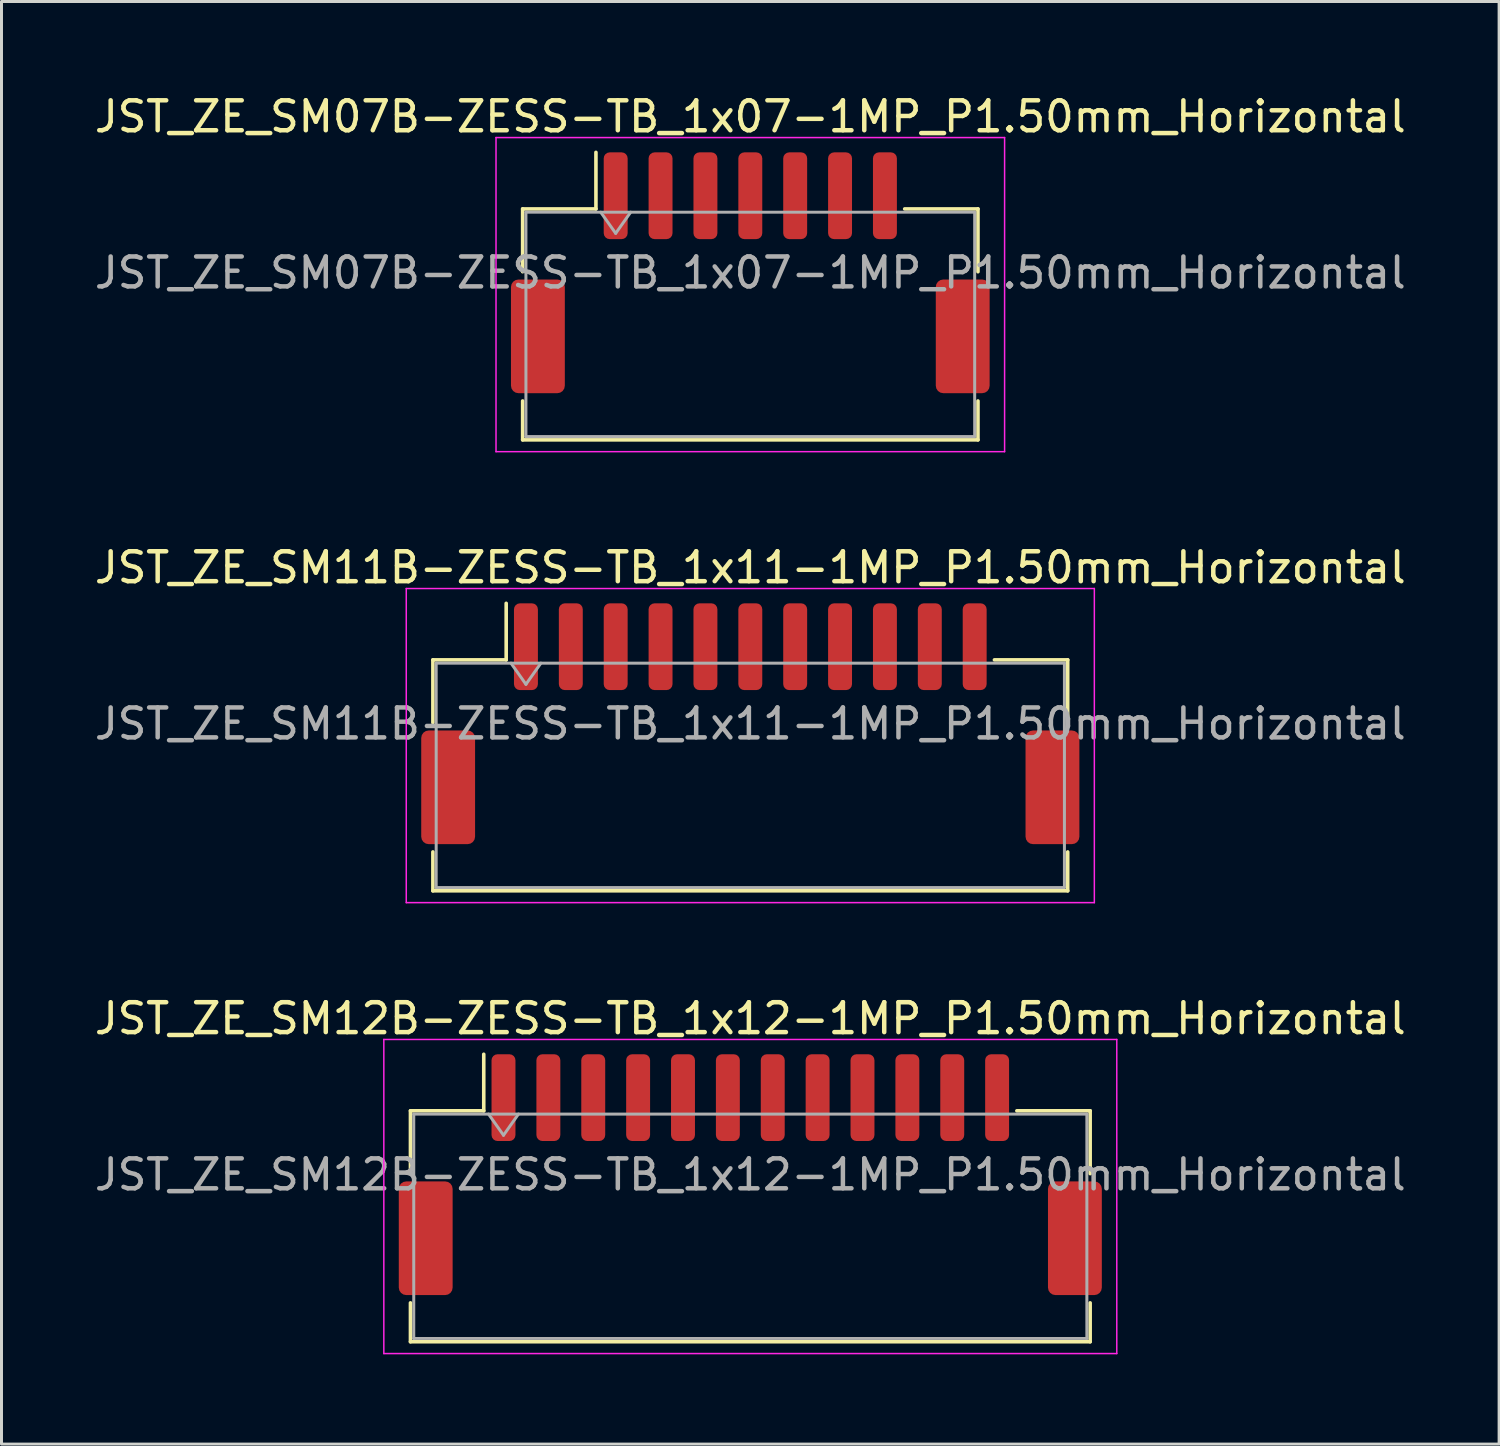
<source format=kicad_pcb>
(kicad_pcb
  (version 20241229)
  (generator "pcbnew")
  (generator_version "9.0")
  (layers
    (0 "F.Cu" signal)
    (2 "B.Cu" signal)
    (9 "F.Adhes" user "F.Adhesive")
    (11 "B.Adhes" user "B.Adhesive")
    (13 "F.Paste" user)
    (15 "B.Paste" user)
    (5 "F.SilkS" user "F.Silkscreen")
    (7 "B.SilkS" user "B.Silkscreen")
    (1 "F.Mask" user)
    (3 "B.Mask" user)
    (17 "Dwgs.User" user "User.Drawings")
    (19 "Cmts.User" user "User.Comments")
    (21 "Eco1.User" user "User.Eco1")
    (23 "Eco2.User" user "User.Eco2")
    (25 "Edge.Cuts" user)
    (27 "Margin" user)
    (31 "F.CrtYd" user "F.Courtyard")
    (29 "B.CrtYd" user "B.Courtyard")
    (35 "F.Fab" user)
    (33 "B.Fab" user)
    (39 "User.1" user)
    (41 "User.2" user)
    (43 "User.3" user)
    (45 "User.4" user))
  (footprint "JST_ZE_SM07B-ZESS-TB_1x07-1MP_P1.50mm_Horizontal"
    (layer "F.Cu")
    (at 22.03 6.068)
    (property "Reference" "JST_ZE_SM07B-ZESS-TB_1x07-1MP_P1.50mm_Horizontal" (at 0 -5.22 0) (layer "F.SilkS") (effects (font (size 1 1) (thickness 0.15))))
    (attr smd)
    (fp_line (start -7.61 -2.135) (end -5.16 -2.135) (stroke (width 0.12) (type solid)) (layer "F.SilkS"))
    (fp_line (start -7.61 -0.035) (end -7.61 -2.135) (stroke (width 0.12) (type solid)) (layer "F.SilkS"))
    (fp_line (start -7.61 4.285) (end -7.61 5.585) (stroke (width 0.12) (type solid)) (layer "F.SilkS"))
    (fp_line (start -7.61 5.585) (end 7.61 5.585) (stroke (width 0.12) (type solid)) (layer "F.SilkS"))
    (fp_line (start -5.16 -2.135) (end -5.16 -4.025) (stroke (width 0.12) (type solid)) (layer "F.SilkS"))
    (fp_line (start 7.61 -2.135) (end 5.16 -2.135) (stroke (width 0.12) (type solid)) (layer "F.SilkS"))
    (fp_line (start 7.61 -0.035) (end 7.61 -2.135) (stroke (width 0.12) (type solid)) (layer "F.SilkS"))
    (fp_line (start 7.61 5.585) (end 7.61 4.285) (stroke (width 0.12) (type solid)) (layer "F.SilkS"))
    (fp_line (start -8.5 -4.52) (end -8.5 5.98) (stroke (width 0.05) (type solid)) (layer "F.CrtYd"))
    (fp_line (start -8.5 5.98) (end 8.5 5.98) (stroke (width 0.05) (type solid)) (layer "F.CrtYd"))
    (fp_line (start 8.5 -4.52) (end -8.5 -4.52) (stroke (width 0.05) (type solid)) (layer "F.CrtYd"))
    (fp_line (start 8.5 5.98) (end 8.5 -4.52) (stroke (width 0.05) (type solid)) (layer "F.CrtYd"))
    (fp_line (start -7.5 -2.025) (end -7.5 5.475) (stroke (width 0.1) (type solid)) (layer "F.Fab"))
    (fp_line (start -7.5 -2.025) (end 7.5 -2.025) (stroke (width 0.1) (type solid)) (layer "F.Fab"))
    (fp_line (start -7.5 5.475) (end 7.5 5.475) (stroke (width 0.1) (type solid)) (layer "F.Fab"))
    (fp_line (start -5 -2.025) (end -4.5 -1.318) (stroke (width 0.1) (type solid)) (layer "F.Fab"))
    (fp_line (start -4.5 -1.318) (end -4 -2.025) (stroke (width 0.1) (type solid)) (layer "F.Fab"))
    (fp_line (start 7.5 -2.025) (end 7.5 5.475) (stroke (width 0.1) (type solid)) (layer "F.Fab"))
    (fp_text user "${REFERENCE}" (at 0 0 0) (layer "F.Fab") (effects (font (size 1 1) (thickness 0.15))))
    (pad "1" smd roundrect (at -4.5 -2.575) (size 0.8 2.9) (layers "F.Cu" "F.Mask" "F.Paste") (roundrect_rratio 0.25))
    (pad "2" smd roundrect (at -3 -2.575) (size 0.8 2.9) (layers "F.Cu" "F.Mask" "F.Paste") (roundrect_rratio 0.25))
    (pad "3" smd roundrect (at -1.5 -2.575) (size 0.8 2.9) (layers "F.Cu" "F.Mask" "F.Paste") (roundrect_rratio 0.25))
    (pad "4" smd roundrect (at 0 -2.575) (size 0.8 2.9) (layers "F.Cu" "F.Mask" "F.Paste") (roundrect_rratio 0.25))
    (pad "5" smd roundrect (at 1.5 -2.575) (size 0.8 2.9) (layers "F.Cu" "F.Mask" "F.Paste") (roundrect_rratio 0.25))
    (pad "6" smd roundrect (at 3 -2.575) (size 0.8 2.9) (layers "F.Cu" "F.Mask" "F.Paste") (roundrect_rratio 0.25))
    (pad "7" smd roundrect (at 4.5 -2.575) (size 0.8 2.9) (layers "F.Cu" "F.Mask" "F.Paste") (roundrect_rratio 0.25))
    (pad "MP" smd roundrect (at -7.1 2.125) (size 1.8 3.8) (layers "F.Cu" "F.Mask" "F.Paste") (roundrect_rratio 0.139))
    (pad "MP" smd roundrect (at 7.1 2.125) (size 1.8 3.8) (layers "F.Cu" "F.Mask" "F.Paste") (roundrect_rratio 0.139)))
  (footprint "JST_ZE_SM12B-ZESS-TB_1x12-1MP_P1.50mm_Horizontal"
    (layer "F.Cu")
    (at 22.03 36.215)
    (property "Reference" "JST_ZE_SM12B-ZESS-TB_1x12-1MP_P1.50mm_Horizontal" (at 0 -5.22 0) (layer "F.SilkS") (effects (font (size 1 1) (thickness 0.15))))
    (attr smd)
    (fp_line (start -11.36 -2.135) (end -8.91 -2.135) (stroke (width 0.12) (type solid)) (layer "F.SilkS"))
    (fp_line (start -11.36 -0.035) (end -11.36 -2.135) (stroke (width 0.12) (type solid)) (layer "F.SilkS"))
    (fp_line (start -11.36 4.285) (end -11.36 5.585) (stroke (width 0.12) (type solid)) (layer "F.SilkS"))
    (fp_line (start -11.36 5.585) (end 11.36 5.585) (stroke (width 0.12) (type solid)) (layer "F.SilkS"))
    (fp_line (start -8.91 -2.135) (end -8.91 -4.025) (stroke (width 0.12) (type solid)) (layer "F.SilkS"))
    (fp_line (start 11.36 -2.135) (end 8.91 -2.135) (stroke (width 0.12) (type solid)) (layer "F.SilkS"))
    (fp_line (start 11.36 -0.035) (end 11.36 -2.135) (stroke (width 0.12) (type solid)) (layer "F.SilkS"))
    (fp_line (start 11.36 5.585) (end 11.36 4.285) (stroke (width 0.12) (type solid)) (layer "F.SilkS"))
    (fp_line (start -12.25 -4.52) (end -12.25 5.98) (stroke (width 0.05) (type solid)) (layer "F.CrtYd"))
    (fp_line (start -12.25 5.98) (end 12.25 5.98) (stroke (width 0.05) (type solid)) (layer "F.CrtYd"))
    (fp_line (start 12.25 -4.52) (end -12.25 -4.52) (stroke (width 0.05) (type solid)) (layer "F.CrtYd"))
    (fp_line (start 12.25 5.98) (end 12.25 -4.52) (stroke (width 0.05) (type solid)) (layer "F.CrtYd"))
    (fp_line (start -11.25 -2.025) (end -11.25 5.475) (stroke (width 0.1) (type solid)) (layer "F.Fab"))
    (fp_line (start -11.25 -2.025) (end 11.25 -2.025) (stroke (width 0.1) (type solid)) (layer "F.Fab"))
    (fp_line (start -11.25 5.475) (end 11.25 5.475) (stroke (width 0.1) (type solid)) (layer "F.Fab"))
    (fp_line (start -8.75 -2.025) (end -8.25 -1.318) (stroke (width 0.1) (type solid)) (layer "F.Fab"))
    (fp_line (start -8.25 -1.318) (end -7.75 -2.025) (stroke (width 0.1) (type solid)) (layer "F.Fab"))
    (fp_line (start 11.25 -2.025) (end 11.25 5.475) (stroke (width 0.1) (type solid)) (layer "F.Fab"))
    (fp_text user "${REFERENCE}" (at 0 0 0) (layer "F.Fab") (effects (font (size 1 1) (thickness 0.15))))
    (pad "1" smd roundrect (at -8.25 -2.575) (size 0.8 2.9) (layers "F.Cu" "F.Mask" "F.Paste") (roundrect_rratio 0.25))
    (pad "2" smd roundrect (at -6.75 -2.575) (size 0.8 2.9) (layers "F.Cu" "F.Mask" "F.Paste") (roundrect_rratio 0.25))
    (pad "3" smd roundrect (at -5.25 -2.575) (size 0.8 2.9) (layers "F.Cu" "F.Mask" "F.Paste") (roundrect_rratio 0.25))
    (pad "4" smd roundrect (at -3.75 -2.575) (size 0.8 2.9) (layers "F.Cu" "F.Mask" "F.Paste") (roundrect_rratio 0.25))
    (pad "5" smd roundrect (at -2.25 -2.575) (size 0.8 2.9) (layers "F.Cu" "F.Mask" "F.Paste") (roundrect_rratio 0.25))
    (pad "6" smd roundrect (at -0.75 -2.575) (size 0.8 2.9) (layers "F.Cu" "F.Mask" "F.Paste") (roundrect_rratio 0.25))
    (pad "7" smd roundrect (at 0.75 -2.575) (size 0.8 2.9) (layers "F.Cu" "F.Mask" "F.Paste") (roundrect_rratio 0.25))
    (pad "8" smd roundrect (at 2.25 -2.575) (size 0.8 2.9) (layers "F.Cu" "F.Mask" "F.Paste") (roundrect_rratio 0.25))
    (pad "9" smd roundrect (at 3.75 -2.575) (size 0.8 2.9) (layers "F.Cu" "F.Mask" "F.Paste") (roundrect_rratio 0.25))
    (pad "10" smd roundrect (at 5.25 -2.575) (size 0.8 2.9) (layers "F.Cu" "F.Mask" "F.Paste") (roundrect_rratio 0.25))
    (pad "11" smd roundrect (at 6.75 -2.575) (size 0.8 2.9) (layers "F.Cu" "F.Mask" "F.Paste") (roundrect_rratio 0.25))
    (pad "12" smd roundrect (at 8.25 -2.575) (size 0.8 2.9) (layers "F.Cu" "F.Mask" "F.Paste") (roundrect_rratio 0.25))
    (pad "MP" smd roundrect (at -10.85 2.125) (size 1.8 3.8) (layers "F.Cu" "F.Mask" "F.Paste") (roundrect_rratio 0.139))
    (pad "MP" smd roundrect (at 10.85 2.125) (size 1.8 3.8) (layers "F.Cu" "F.Mask" "F.Paste") (roundrect_rratio 0.139)))
  (footprint "JST_ZE_SM11B-ZESS-TB_1x11-1MP_P1.50mm_Horizontal"
    (layer "F.Cu")
    (at 22.03 21.142)
    (property "Reference" "JST_ZE_SM11B-ZESS-TB_1x11-1MP_P1.50mm_Horizontal" (at 0 -5.22 0) (layer "F.SilkS") (effects (font (size 1 1) (thickness 0.15))))
    (attr smd)
    (fp_line (start -10.61 -2.135) (end -8.16 -2.135) (stroke (width 0.12) (type solid)) (layer "F.SilkS"))
    (fp_line (start -10.61 -0.035) (end -10.61 -2.135) (stroke (width 0.12) (type solid)) (layer "F.SilkS"))
    (fp_line (start -10.61 4.285) (end -10.61 5.585) (stroke (width 0.12) (type solid)) (layer "F.SilkS"))
    (fp_line (start -10.61 5.585) (end 10.61 5.585) (stroke (width 0.12) (type solid)) (layer "F.SilkS"))
    (fp_line (start -8.16 -2.135) (end -8.16 -4.025) (stroke (width 0.12) (type solid)) (layer "F.SilkS"))
    (fp_line (start 10.61 -2.135) (end 8.16 -2.135) (stroke (width 0.12) (type solid)) (layer "F.SilkS"))
    (fp_line (start 10.61 -0.035) (end 10.61 -2.135) (stroke (width 0.12) (type solid)) (layer "F.SilkS"))
    (fp_line (start 10.61 5.585) (end 10.61 4.285) (stroke (width 0.12) (type solid)) (layer "F.SilkS"))
    (fp_line (start -11.5 -4.52) (end -11.5 5.98) (stroke (width 0.05) (type solid)) (layer "F.CrtYd"))
    (fp_line (start -11.5 5.98) (end 11.5 5.98) (stroke (width 0.05) (type solid)) (layer "F.CrtYd"))
    (fp_line (start 11.5 -4.52) (end -11.5 -4.52) (stroke (width 0.05) (type solid)) (layer "F.CrtYd"))
    (fp_line (start 11.5 5.98) (end 11.5 -4.52) (stroke (width 0.05) (type solid)) (layer "F.CrtYd"))
    (fp_line (start -10.5 -2.025) (end -10.5 5.475) (stroke (width 0.1) (type solid)) (layer "F.Fab"))
    (fp_line (start -10.5 -2.025) (end 10.5 -2.025) (stroke (width 0.1) (type solid)) (layer "F.Fab"))
    (fp_line (start -10.5 5.475) (end 10.5 5.475) (stroke (width 0.1) (type solid)) (layer "F.Fab"))
    (fp_line (start -8 -2.025) (end -7.5 -1.318) (stroke (width 0.1) (type solid)) (layer "F.Fab"))
    (fp_line (start -7.5 -1.318) (end -7 -2.025) (stroke (width 0.1) (type solid)) (layer "F.Fab"))
    (fp_line (start 10.5 -2.025) (end 10.5 5.475) (stroke (width 0.1) (type solid)) (layer "F.Fab"))
    (fp_text user "${REFERENCE}" (at 0 0 0) (layer "F.Fab") (effects (font (size 1 1) (thickness 0.15))))
    (pad "1" smd roundrect (at -7.5 -2.575) (size 0.8 2.9) (layers "F.Cu" "F.Mask" "F.Paste") (roundrect_rratio 0.25))
    (pad "2" smd roundrect (at -6 -2.575) (size 0.8 2.9) (layers "F.Cu" "F.Mask" "F.Paste") (roundrect_rratio 0.25))
    (pad "3" smd roundrect (at -4.5 -2.575) (size 0.8 2.9) (layers "F.Cu" "F.Mask" "F.Paste") (roundrect_rratio 0.25))
    (pad "4" smd roundrect (at -3 -2.575) (size 0.8 2.9) (layers "F.Cu" "F.Mask" "F.Paste") (roundrect_rratio 0.25))
    (pad "5" smd roundrect (at -1.5 -2.575) (size 0.8 2.9) (layers "F.Cu" "F.Mask" "F.Paste") (roundrect_rratio 0.25))
    (pad "6" smd roundrect (at 0 -2.575) (size 0.8 2.9) (layers "F.Cu" "F.Mask" "F.Paste") (roundrect_rratio 0.25))
    (pad "7" smd roundrect (at 1.5 -2.575) (size 0.8 2.9) (layers "F.Cu" "F.Mask" "F.Paste") (roundrect_rratio 0.25))
    (pad "8" smd roundrect (at 3 -2.575) (size 0.8 2.9) (layers "F.Cu" "F.Mask" "F.Paste") (roundrect_rratio 0.25))
    (pad "9" smd roundrect (at 4.5 -2.575) (size 0.8 2.9) (layers "F.Cu" "F.Mask" "F.Paste") (roundrect_rratio 0.25))
    (pad "10" smd roundrect (at 6 -2.575) (size 0.8 2.9) (layers "F.Cu" "F.Mask" "F.Paste") (roundrect_rratio 0.25))
    (pad "11" smd roundrect (at 7.5 -2.575) (size 0.8 2.9) (layers "F.Cu" "F.Mask" "F.Paste") (roundrect_rratio 0.25))
    (pad "MP" smd roundrect (at -10.1 2.125) (size 1.8 3.8) (layers "F.Cu" "F.Mask" "F.Paste") (roundrect_rratio 0.139))
    (pad "MP" smd roundrect (at 10.1 2.125) (size 1.8 3.8) (layers "F.Cu" "F.Mask" "F.Paste") (roundrect_rratio 0.139)))
  (gr_rect
    (start -3 -3)
    (end 47.06 45.22)
    (stroke (width 0.1) (type default))
    (fill no)
    (layer "Edge.Cuts")))
</source>
